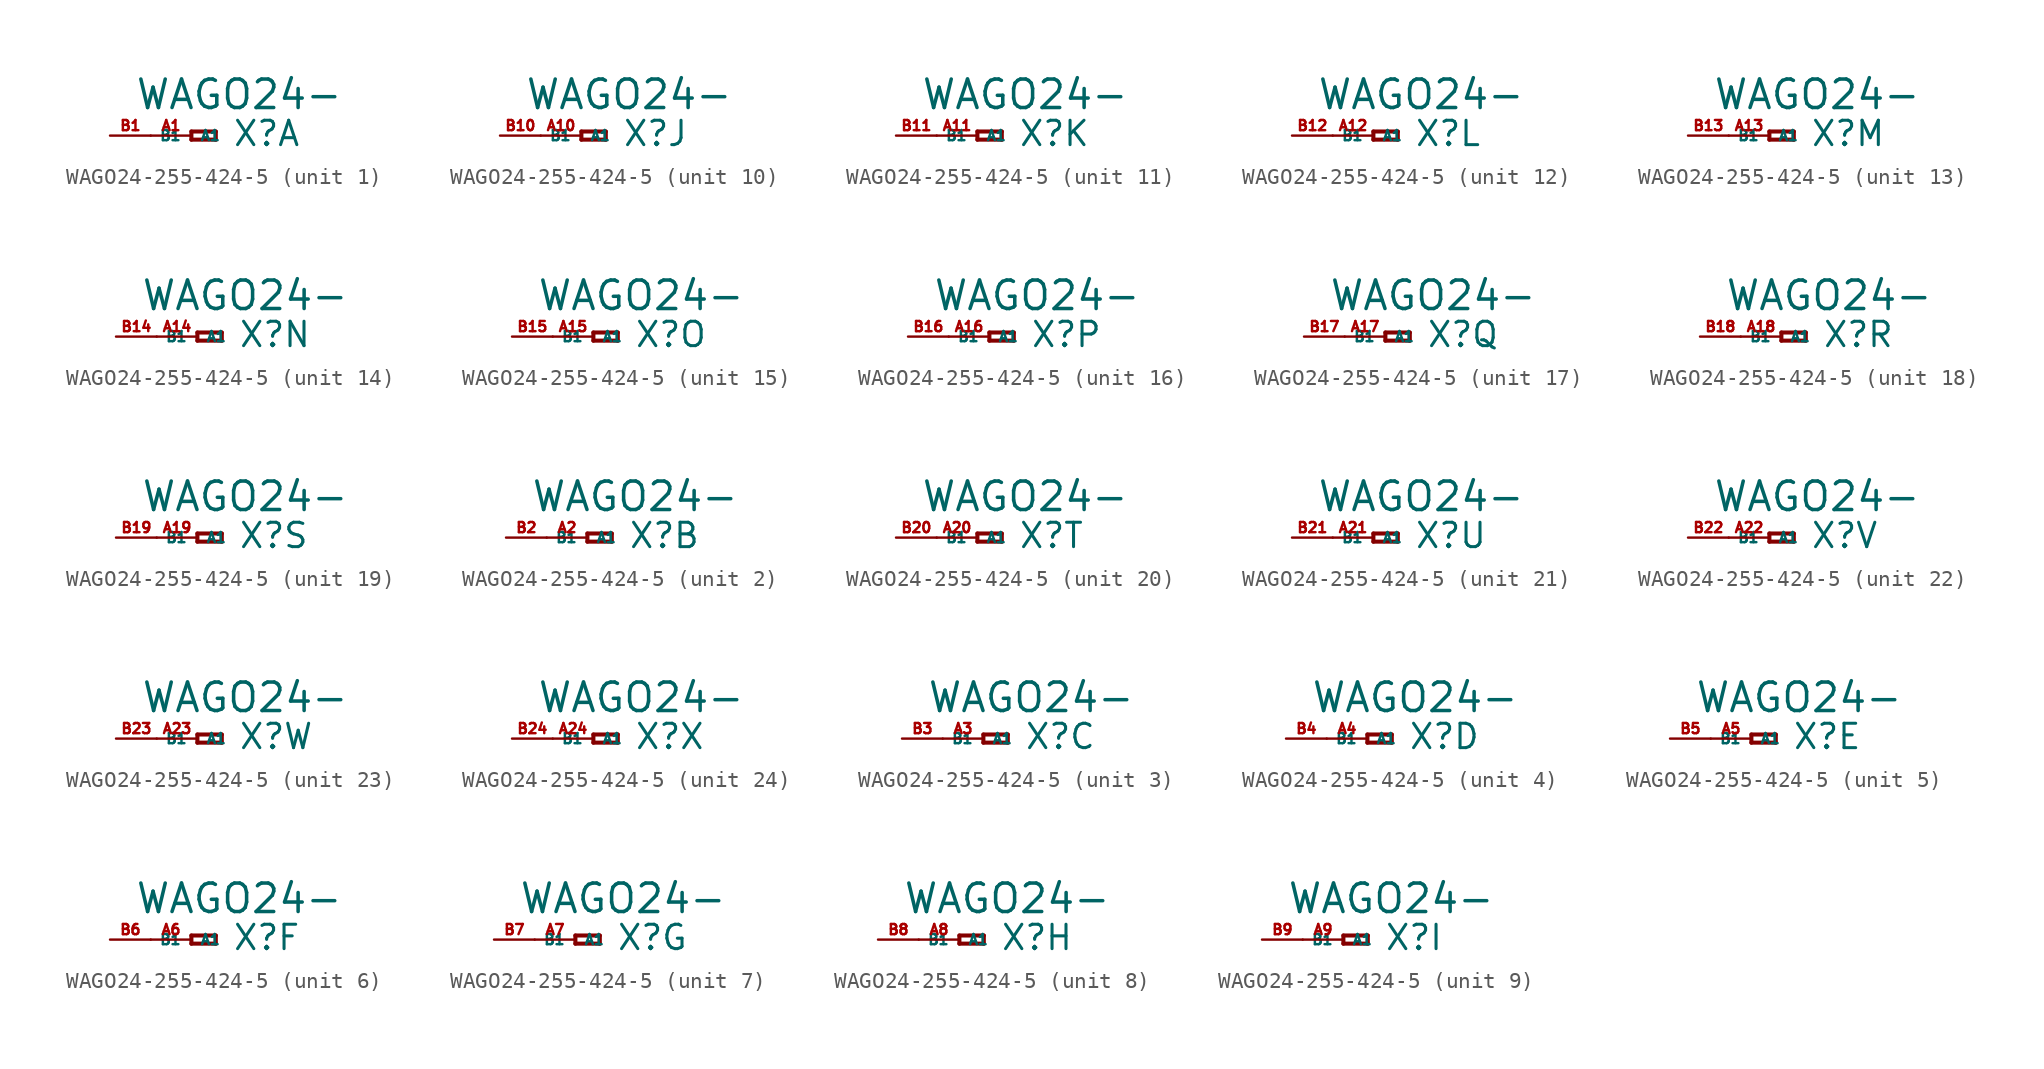
<source format=kicad_sym>
(kicad_symbol_lib
  (version 20220914)
  (generator Eagle2Kicad)
  (symbol "WAGO24-255-424-5"
    (property "Reference" "X"
      (at 2.54 -0.762 0)
      (effects (font (size 1.524 1.524) (thickness 0.19)) (justify left bottom)))
    (property "Value" "WAGO24-"
      (at -3.556 1.524 0)
      (effects (font (size 1.778 1.778) (thickness 0.22)) (justify left bottom)))
    (symbol "WAGO24-255-424-5_1_0"
      (polyline (pts (xy 0 0.254) (xy 0 -0.254)) (stroke (width 0.254) (type default)) (fill (type none)))
      (polyline (pts (xy 0 -0.254) (xy 1.524 -0.254)) (stroke (width 0.254) (type default)) (fill (type none)))
      (polyline (pts (xy 1.524 -0.254) (xy 1.524 0.254)) (stroke (width 0.254) (type default)) (fill (type none)))
      (polyline (pts (xy 1.524 0.254) (xy 0 0.254)) (stroke (width 0.254) (type default)) (fill (type none)))
      (pin passive line (at -2.54 0 0) (length 2.54) (name "A1" (effects (font (size 0.635 0.635) (thickness 0.08)) (justify left bottom))) (number "A1" (effects (font (size 0.635 0.635) (thickness 0.08)) (justify left bottom))))
      (pin passive line (at -5.08 0 0) (length 2.54) (name "B1" (effects (font (size 0.635 0.635) (thickness 0.08)) (justify left bottom))) (number "B1" (effects (font (size 0.635 0.635) (thickness 0.08)) (justify left bottom)))))
    (symbol "WAGO24-255-424-5_2_0"
      (polyline (pts (xy 0 0.254) (xy 0 -0.254)) (stroke (width 0.254) (type default)) (fill (type none)))
      (polyline (pts (xy 0 -0.254) (xy 1.524 -0.254)) (stroke (width 0.254) (type default)) (fill (type none)))
      (polyline (pts (xy 1.524 -0.254) (xy 1.524 0.254)) (stroke (width 0.254) (type default)) (fill (type none)))
      (polyline (pts (xy 1.524 0.254) (xy 0 0.254)) (stroke (width 0.254) (type default)) (fill (type none)))
      (pin passive line (at -2.54 0 0) (length 2.54) (name "A1" (effects (font (size 0.635 0.635) (thickness 0.08)) (justify left bottom))) (number "A2" (effects (font (size 0.635 0.635) (thickness 0.08)) (justify left bottom))))
      (pin passive line (at -5.08 0 0) (length 2.54) (name "B1" (effects (font (size 0.635 0.635) (thickness 0.08)) (justify left bottom))) (number "B2" (effects (font (size 0.635 0.635) (thickness 0.08)) (justify left bottom)))))
    (symbol "WAGO24-255-424-5_3_0"
      (polyline (pts (xy 0 0.254) (xy 0 -0.254)) (stroke (width 0.254) (type default)) (fill (type none)))
      (polyline (pts (xy 0 -0.254) (xy 1.524 -0.254)) (stroke (width 0.254) (type default)) (fill (type none)))
      (polyline (pts (xy 1.524 -0.254) (xy 1.524 0.254)) (stroke (width 0.254) (type default)) (fill (type none)))
      (polyline (pts (xy 1.524 0.254) (xy 0 0.254)) (stroke (width 0.254) (type default)) (fill (type none)))
      (pin passive line (at -2.54 0 0) (length 2.54) (name "A1" (effects (font (size 0.635 0.635) (thickness 0.08)) (justify left bottom))) (number "A3" (effects (font (size 0.635 0.635) (thickness 0.08)) (justify left bottom))))
      (pin passive line (at -5.08 0 0) (length 2.54) (name "B1" (effects (font (size 0.635 0.635) (thickness 0.08)) (justify left bottom))) (number "B3" (effects (font (size 0.635 0.635) (thickness 0.08)) (justify left bottom)))))
    (symbol "WAGO24-255-424-5_4_0"
      (polyline (pts (xy 0 0.254) (xy 0 -0.254)) (stroke (width 0.254) (type default)) (fill (type none)))
      (polyline (pts (xy 0 -0.254) (xy 1.524 -0.254)) (stroke (width 0.254) (type default)) (fill (type none)))
      (polyline (pts (xy 1.524 -0.254) (xy 1.524 0.254)) (stroke (width 0.254) (type default)) (fill (type none)))
      (polyline (pts (xy 1.524 0.254) (xy 0 0.254)) (stroke (width 0.254) (type default)) (fill (type none)))
      (pin passive line (at -2.54 0 0) (length 2.54) (name "A1" (effects (font (size 0.635 0.635) (thickness 0.08)) (justify left bottom))) (number "A4" (effects (font (size 0.635 0.635) (thickness 0.08)) (justify left bottom))))
      (pin passive line (at -5.08 0 0) (length 2.54) (name "B1" (effects (font (size 0.635 0.635) (thickness 0.08)) (justify left bottom))) (number "B4" (effects (font (size 0.635 0.635) (thickness 0.08)) (justify left bottom)))))
    (symbol "WAGO24-255-424-5_5_0"
      (polyline (pts (xy 0 0.254) (xy 0 -0.254)) (stroke (width 0.254) (type default)) (fill (type none)))
      (polyline (pts (xy 0 -0.254) (xy 1.524 -0.254)) (stroke (width 0.254) (type default)) (fill (type none)))
      (polyline (pts (xy 1.524 -0.254) (xy 1.524 0.254)) (stroke (width 0.254) (type default)) (fill (type none)))
      (polyline (pts (xy 1.524 0.254) (xy 0 0.254)) (stroke (width 0.254) (type default)) (fill (type none)))
      (pin passive line (at -2.54 0 0) (length 2.54) (name "A1" (effects (font (size 0.635 0.635) (thickness 0.08)) (justify left bottom))) (number "A5" (effects (font (size 0.635 0.635) (thickness 0.08)) (justify left bottom))))
      (pin passive line (at -5.08 0 0) (length 2.54) (name "B1" (effects (font (size 0.635 0.635) (thickness 0.08)) (justify left bottom))) (number "B5" (effects (font (size 0.635 0.635) (thickness 0.08)) (justify left bottom)))))
    (symbol "WAGO24-255-424-5_6_0"
      (polyline (pts (xy 0 0.254) (xy 0 -0.254)) (stroke (width 0.254) (type default)) (fill (type none)))
      (polyline (pts (xy 0 -0.254) (xy 1.524 -0.254)) (stroke (width 0.254) (type default)) (fill (type none)))
      (polyline (pts (xy 1.524 -0.254) (xy 1.524 0.254)) (stroke (width 0.254) (type default)) (fill (type none)))
      (polyline (pts (xy 1.524 0.254) (xy 0 0.254)) (stroke (width 0.254) (type default)) (fill (type none)))
      (pin passive line (at -2.54 0 0) (length 2.54) (name "A1" (effects (font (size 0.635 0.635) (thickness 0.08)) (justify left bottom))) (number "A6" (effects (font (size 0.635 0.635) (thickness 0.08)) (justify left bottom))))
      (pin passive line (at -5.08 0 0) (length 2.54) (name "B1" (effects (font (size 0.635 0.635) (thickness 0.08)) (justify left bottom))) (number "B6" (effects (font (size 0.635 0.635) (thickness 0.08)) (justify left bottom)))))
    (symbol "WAGO24-255-424-5_7_0"
      (polyline (pts (xy 0 0.254) (xy 0 -0.254)) (stroke (width 0.254) (type default)) (fill (type none)))
      (polyline (pts (xy 0 -0.254) (xy 1.524 -0.254)) (stroke (width 0.254) (type default)) (fill (type none)))
      (polyline (pts (xy 1.524 -0.254) (xy 1.524 0.254)) (stroke (width 0.254) (type default)) (fill (type none)))
      (polyline (pts (xy 1.524 0.254) (xy 0 0.254)) (stroke (width 0.254) (type default)) (fill (type none)))
      (pin passive line (at -2.54 0 0) (length 2.54) (name "A1" (effects (font (size 0.635 0.635) (thickness 0.08)) (justify left bottom))) (number "A7" (effects (font (size 0.635 0.635) (thickness 0.08)) (justify left bottom))))
      (pin passive line (at -5.08 0 0) (length 2.54) (name "B1" (effects (font (size 0.635 0.635) (thickness 0.08)) (justify left bottom))) (number "B7" (effects (font (size 0.635 0.635) (thickness 0.08)) (justify left bottom)))))
    (symbol "WAGO24-255-424-5_8_0"
      (polyline (pts (xy 0 0.254) (xy 0 -0.254)) (stroke (width 0.254) (type default)) (fill (type none)))
      (polyline (pts (xy 0 -0.254) (xy 1.524 -0.254)) (stroke (width 0.254) (type default)) (fill (type none)))
      (polyline (pts (xy 1.524 -0.254) (xy 1.524 0.254)) (stroke (width 0.254) (type default)) (fill (type none)))
      (polyline (pts (xy 1.524 0.254) (xy 0 0.254)) (stroke (width 0.254) (type default)) (fill (type none)))
      (pin passive line (at -2.54 0 0) (length 2.54) (name "A1" (effects (font (size 0.635 0.635) (thickness 0.08)) (justify left bottom))) (number "A8" (effects (font (size 0.635 0.635) (thickness 0.08)) (justify left bottom))))
      (pin passive line (at -5.08 0 0) (length 2.54) (name "B1" (effects (font (size 0.635 0.635) (thickness 0.08)) (justify left bottom))) (number "B8" (effects (font (size 0.635 0.635) (thickness 0.08)) (justify left bottom)))))
    (symbol "WAGO24-255-424-5_9_0"
      (polyline (pts (xy 0 0.254) (xy 0 -0.254)) (stroke (width 0.254) (type default)) (fill (type none)))
      (polyline (pts (xy 0 -0.254) (xy 1.524 -0.254)) (stroke (width 0.254) (type default)) (fill (type none)))
      (polyline (pts (xy 1.524 -0.254) (xy 1.524 0.254)) (stroke (width 0.254) (type default)) (fill (type none)))
      (polyline (pts (xy 1.524 0.254) (xy 0 0.254)) (stroke (width 0.254) (type default)) (fill (type none)))
      (pin passive line (at -2.54 0 0) (length 2.54) (name "A1" (effects (font (size 0.635 0.635) (thickness 0.08)) (justify left bottom))) (number "A9" (effects (font (size 0.635 0.635) (thickness 0.08)) (justify left bottom))))
      (pin passive line (at -5.08 0 0) (length 2.54) (name "B1" (effects (font (size 0.635 0.635) (thickness 0.08)) (justify left bottom))) (number "B9" (effects (font (size 0.635 0.635) (thickness 0.08)) (justify left bottom)))))
    (symbol "WAGO24-255-424-5_10_0"
      (polyline (pts (xy 0 0.254) (xy 0 -0.254)) (stroke (width 0.254) (type default)) (fill (type none)))
      (polyline (pts (xy 0 -0.254) (xy 1.524 -0.254)) (stroke (width 0.254) (type default)) (fill (type none)))
      (polyline (pts (xy 1.524 -0.254) (xy 1.524 0.254)) (stroke (width 0.254) (type default)) (fill (type none)))
      (polyline (pts (xy 1.524 0.254) (xy 0 0.254)) (stroke (width 0.254) (type default)) (fill (type none)))
      (pin passive line (at -2.54 0 0) (length 2.54) (name "A1" (effects (font (size 0.635 0.635) (thickness 0.08)) (justify left bottom))) (number "A10" (effects (font (size 0.635 0.635) (thickness 0.08)) (justify left bottom))))
      (pin passive line (at -5.08 0 0) (length 2.54) (name "B1" (effects (font (size 0.635 0.635) (thickness 0.08)) (justify left bottom))) (number "B10" (effects (font (size 0.635 0.635) (thickness 0.08)) (justify left bottom)))))
    (symbol "WAGO24-255-424-5_11_0"
      (polyline (pts (xy 0 0.254) (xy 0 -0.254)) (stroke (width 0.254) (type default)) (fill (type none)))
      (polyline (pts (xy 0 -0.254) (xy 1.524 -0.254)) (stroke (width 0.254) (type default)) (fill (type none)))
      (polyline (pts (xy 1.524 -0.254) (xy 1.524 0.254)) (stroke (width 0.254) (type default)) (fill (type none)))
      (polyline (pts (xy 1.524 0.254) (xy 0 0.254)) (stroke (width 0.254) (type default)) (fill (type none)))
      (pin passive line (at -2.54 0 0) (length 2.54) (name "A1" (effects (font (size 0.635 0.635) (thickness 0.08)) (justify left bottom))) (number "A11" (effects (font (size 0.635 0.635) (thickness 0.08)) (justify left bottom))))
      (pin passive line (at -5.08 0 0) (length 2.54) (name "B1" (effects (font (size 0.635 0.635) (thickness 0.08)) (justify left bottom))) (number "B11" (effects (font (size 0.635 0.635) (thickness 0.08)) (justify left bottom)))))
    (symbol "WAGO24-255-424-5_12_0"
      (polyline (pts (xy 0 0.254) (xy 0 -0.254)) (stroke (width 0.254) (type default)) (fill (type none)))
      (polyline (pts (xy 0 -0.254) (xy 1.524 -0.254)) (stroke (width 0.254) (type default)) (fill (type none)))
      (polyline (pts (xy 1.524 -0.254) (xy 1.524 0.254)) (stroke (width 0.254) (type default)) (fill (type none)))
      (polyline (pts (xy 1.524 0.254) (xy 0 0.254)) (stroke (width 0.254) (type default)) (fill (type none)))
      (pin passive line (at -2.54 0 0) (length 2.54) (name "A1" (effects (font (size 0.635 0.635) (thickness 0.08)) (justify left bottom))) (number "A12" (effects (font (size 0.635 0.635) (thickness 0.08)) (justify left bottom))))
      (pin passive line (at -5.08 0 0) (length 2.54) (name "B1" (effects (font (size 0.635 0.635) (thickness 0.08)) (justify left bottom))) (number "B12" (effects (font (size 0.635 0.635) (thickness 0.08)) (justify left bottom)))))
    (symbol "WAGO24-255-424-5_13_0"
      (polyline (pts (xy 0 0.254) (xy 0 -0.254)) (stroke (width 0.254) (type default)) (fill (type none)))
      (polyline (pts (xy 0 -0.254) (xy 1.524 -0.254)) (stroke (width 0.254) (type default)) (fill (type none)))
      (polyline (pts (xy 1.524 -0.254) (xy 1.524 0.254)) (stroke (width 0.254) (type default)) (fill (type none)))
      (polyline (pts (xy 1.524 0.254) (xy 0 0.254)) (stroke (width 0.254) (type default)) (fill (type none)))
      (pin passive line (at -2.54 0 0) (length 2.54) (name "A1" (effects (font (size 0.635 0.635) (thickness 0.08)) (justify left bottom))) (number "A13" (effects (font (size 0.635 0.635) (thickness 0.08)) (justify left bottom))))
      (pin passive line (at -5.08 0 0) (length 2.54) (name "B1" (effects (font (size 0.635 0.635) (thickness 0.08)) (justify left bottom))) (number "B13" (effects (font (size 0.635 0.635) (thickness 0.08)) (justify left bottom)))))
    (symbol "WAGO24-255-424-5_14_0"
      (polyline (pts (xy 0 0.254) (xy 0 -0.254)) (stroke (width 0.254) (type default)) (fill (type none)))
      (polyline (pts (xy 0 -0.254) (xy 1.524 -0.254)) (stroke (width 0.254) (type default)) (fill (type none)))
      (polyline (pts (xy 1.524 -0.254) (xy 1.524 0.254)) (stroke (width 0.254) (type default)) (fill (type none)))
      (polyline (pts (xy 1.524 0.254) (xy 0 0.254)) (stroke (width 0.254) (type default)) (fill (type none)))
      (pin passive line (at -2.54 0 0) (length 2.54) (name "A1" (effects (font (size 0.635 0.635) (thickness 0.08)) (justify left bottom))) (number "A14" (effects (font (size 0.635 0.635) (thickness 0.08)) (justify left bottom))))
      (pin passive line (at -5.08 0 0) (length 2.54) (name "B1" (effects (font (size 0.635 0.635) (thickness 0.08)) (justify left bottom))) (number "B14" (effects (font (size 0.635 0.635) (thickness 0.08)) (justify left bottom)))))
    (symbol "WAGO24-255-424-5_15_0"
      (polyline (pts (xy 0 0.254) (xy 0 -0.254)) (stroke (width 0.254) (type default)) (fill (type none)))
      (polyline (pts (xy 0 -0.254) (xy 1.524 -0.254)) (stroke (width 0.254) (type default)) (fill (type none)))
      (polyline (pts (xy 1.524 -0.254) (xy 1.524 0.254)) (stroke (width 0.254) (type default)) (fill (type none)))
      (polyline (pts (xy 1.524 0.254) (xy 0 0.254)) (stroke (width 0.254) (type default)) (fill (type none)))
      (pin passive line (at -2.54 0 0) (length 2.54) (name "A1" (effects (font (size 0.635 0.635) (thickness 0.08)) (justify left bottom))) (number "A15" (effects (font (size 0.635 0.635) (thickness 0.08)) (justify left bottom))))
      (pin passive line (at -5.08 0 0) (length 2.54) (name "B1" (effects (font (size 0.635 0.635) (thickness 0.08)) (justify left bottom))) (number "B15" (effects (font (size 0.635 0.635) (thickness 0.08)) (justify left bottom)))))
    (symbol "WAGO24-255-424-5_16_0"
      (polyline (pts (xy 0 0.254) (xy 0 -0.254)) (stroke (width 0.254) (type default)) (fill (type none)))
      (polyline (pts (xy 0 -0.254) (xy 1.524 -0.254)) (stroke (width 0.254) (type default)) (fill (type none)))
      (polyline (pts (xy 1.524 -0.254) (xy 1.524 0.254)) (stroke (width 0.254) (type default)) (fill (type none)))
      (polyline (pts (xy 1.524 0.254) (xy 0 0.254)) (stroke (width 0.254) (type default)) (fill (type none)))
      (pin passive line (at -2.54 0 0) (length 2.54) (name "A1" (effects (font (size 0.635 0.635) (thickness 0.08)) (justify left bottom))) (number "A16" (effects (font (size 0.635 0.635) (thickness 0.08)) (justify left bottom))))
      (pin passive line (at -5.08 0 0) (length 2.54) (name "B1" (effects (font (size 0.635 0.635) (thickness 0.08)) (justify left bottom))) (number "B16" (effects (font (size 0.635 0.635) (thickness 0.08)) (justify left bottom)))))
    (symbol "WAGO24-255-424-5_17_0"
      (polyline (pts (xy 0 0.254) (xy 0 -0.254)) (stroke (width 0.254) (type default)) (fill (type none)))
      (polyline (pts (xy 0 -0.254) (xy 1.524 -0.254)) (stroke (width 0.254) (type default)) (fill (type none)))
      (polyline (pts (xy 1.524 -0.254) (xy 1.524 0.254)) (stroke (width 0.254) (type default)) (fill (type none)))
      (polyline (pts (xy 1.524 0.254) (xy 0 0.254)) (stroke (width 0.254) (type default)) (fill (type none)))
      (pin passive line (at -2.54 0 0) (length 2.54) (name "A1" (effects (font (size 0.635 0.635) (thickness 0.08)) (justify left bottom))) (number "A17" (effects (font (size 0.635 0.635) (thickness 0.08)) (justify left bottom))))
      (pin passive line (at -5.08 0 0) (length 2.54) (name "B1" (effects (font (size 0.635 0.635) (thickness 0.08)) (justify left bottom))) (number "B17" (effects (font (size 0.635 0.635) (thickness 0.08)) (justify left bottom)))))
    (symbol "WAGO24-255-424-5_18_0"
      (polyline (pts (xy 0 0.254) (xy 0 -0.254)) (stroke (width 0.254) (type default)) (fill (type none)))
      (polyline (pts (xy 0 -0.254) (xy 1.524 -0.254)) (stroke (width 0.254) (type default)) (fill (type none)))
      (polyline (pts (xy 1.524 -0.254) (xy 1.524 0.254)) (stroke (width 0.254) (type default)) (fill (type none)))
      (polyline (pts (xy 1.524 0.254) (xy 0 0.254)) (stroke (width 0.254) (type default)) (fill (type none)))
      (pin passive line (at -2.54 0 0) (length 2.54) (name "A1" (effects (font (size 0.635 0.635) (thickness 0.08)) (justify left bottom))) (number "A18" (effects (font (size 0.635 0.635) (thickness 0.08)) (justify left bottom))))
      (pin passive line (at -5.08 0 0) (length 2.54) (name "B1" (effects (font (size 0.635 0.635) (thickness 0.08)) (justify left bottom))) (number "B18" (effects (font (size 0.635 0.635) (thickness 0.08)) (justify left bottom)))))
    (symbol "WAGO24-255-424-5_19_0"
      (polyline (pts (xy 0 0.254) (xy 0 -0.254)) (stroke (width 0.254) (type default)) (fill (type none)))
      (polyline (pts (xy 0 -0.254) (xy 1.524 -0.254)) (stroke (width 0.254) (type default)) (fill (type none)))
      (polyline (pts (xy 1.524 -0.254) (xy 1.524 0.254)) (stroke (width 0.254) (type default)) (fill (type none)))
      (polyline (pts (xy 1.524 0.254) (xy 0 0.254)) (stroke (width 0.254) (type default)) (fill (type none)))
      (pin passive line (at -2.54 0 0) (length 2.54) (name "A1" (effects (font (size 0.635 0.635) (thickness 0.08)) (justify left bottom))) (number "A19" (effects (font (size 0.635 0.635) (thickness 0.08)) (justify left bottom))))
      (pin passive line (at -5.08 0 0) (length 2.54) (name "B1" (effects (font (size 0.635 0.635) (thickness 0.08)) (justify left bottom))) (number "B19" (effects (font (size 0.635 0.635) (thickness 0.08)) (justify left bottom)))))
    (symbol "WAGO24-255-424-5_20_0"
      (polyline (pts (xy 0 0.254) (xy 0 -0.254)) (stroke (width 0.254) (type default)) (fill (type none)))
      (polyline (pts (xy 0 -0.254) (xy 1.524 -0.254)) (stroke (width 0.254) (type default)) (fill (type none)))
      (polyline (pts (xy 1.524 -0.254) (xy 1.524 0.254)) (stroke (width 0.254) (type default)) (fill (type none)))
      (polyline (pts (xy 1.524 0.254) (xy 0 0.254)) (stroke (width 0.254) (type default)) (fill (type none)))
      (pin passive line (at -2.54 0 0) (length 2.54) (name "A1" (effects (font (size 0.635 0.635) (thickness 0.08)) (justify left bottom))) (number "A20" (effects (font (size 0.635 0.635) (thickness 0.08)) (justify left bottom))))
      (pin passive line (at -5.08 0 0) (length 2.54) (name "B1" (effects (font (size 0.635 0.635) (thickness 0.08)) (justify left bottom))) (number "B20" (effects (font (size 0.635 0.635) (thickness 0.08)) (justify left bottom)))))
    (symbol "WAGO24-255-424-5_21_0"
      (polyline (pts (xy 0 0.254) (xy 0 -0.254)) (stroke (width 0.254) (type default)) (fill (type none)))
      (polyline (pts (xy 0 -0.254) (xy 1.524 -0.254)) (stroke (width 0.254) (type default)) (fill (type none)))
      (polyline (pts (xy 1.524 -0.254) (xy 1.524 0.254)) (stroke (width 0.254) (type default)) (fill (type none)))
      (polyline (pts (xy 1.524 0.254) (xy 0 0.254)) (stroke (width 0.254) (type default)) (fill (type none)))
      (pin passive line (at -2.54 0 0) (length 2.54) (name "A1" (effects (font (size 0.635 0.635) (thickness 0.08)) (justify left bottom))) (number "A21" (effects (font (size 0.635 0.635) (thickness 0.08)) (justify left bottom))))
      (pin passive line (at -5.08 0 0) (length 2.54) (name "B1" (effects (font (size 0.635 0.635) (thickness 0.08)) (justify left bottom))) (number "B21" (effects (font (size 0.635 0.635) (thickness 0.08)) (justify left bottom)))))
    (symbol "WAGO24-255-424-5_22_0"
      (polyline (pts (xy 0 0.254) (xy 0 -0.254)) (stroke (width 0.254) (type default)) (fill (type none)))
      (polyline (pts (xy 0 -0.254) (xy 1.524 -0.254)) (stroke (width 0.254) (type default)) (fill (type none)))
      (polyline (pts (xy 1.524 -0.254) (xy 1.524 0.254)) (stroke (width 0.254) (type default)) (fill (type none)))
      (polyline (pts (xy 1.524 0.254) (xy 0 0.254)) (stroke (width 0.254) (type default)) (fill (type none)))
      (pin passive line (at -2.54 0 0) (length 2.54) (name "A1" (effects (font (size 0.635 0.635) (thickness 0.08)) (justify left bottom))) (number "A22" (effects (font (size 0.635 0.635) (thickness 0.08)) (justify left bottom))))
      (pin passive line (at -5.08 0 0) (length 2.54) (name "B1" (effects (font (size 0.635 0.635) (thickness 0.08)) (justify left bottom))) (number "B22" (effects (font (size 0.635 0.635) (thickness 0.08)) (justify left bottom)))))
    (symbol "WAGO24-255-424-5_23_0"
      (polyline (pts (xy 0 0.254) (xy 0 -0.254)) (stroke (width 0.254) (type default)) (fill (type none)))
      (polyline (pts (xy 0 -0.254) (xy 1.524 -0.254)) (stroke (width 0.254) (type default)) (fill (type none)))
      (polyline (pts (xy 1.524 -0.254) (xy 1.524 0.254)) (stroke (width 0.254) (type default)) (fill (type none)))
      (polyline (pts (xy 1.524 0.254) (xy 0 0.254)) (stroke (width 0.254) (type default)) (fill (type none)))
      (pin passive line (at -2.54 0 0) (length 2.54) (name "A1" (effects (font (size 0.635 0.635) (thickness 0.08)) (justify left bottom))) (number "A23" (effects (font (size 0.635 0.635) (thickness 0.08)) (justify left bottom))))
      (pin passive line (at -5.08 0 0) (length 2.54) (name "B1" (effects (font (size 0.635 0.635) (thickness 0.08)) (justify left bottom))) (number "B23" (effects (font (size 0.635 0.635) (thickness 0.08)) (justify left bottom)))))
    (symbol "WAGO24-255-424-5_24_0"
      (polyline (pts (xy 0 0.254) (xy 0 -0.254)) (stroke (width 0.254) (type default)) (fill (type none)))
      (polyline (pts (xy 0 -0.254) (xy 1.524 -0.254)) (stroke (width 0.254) (type default)) (fill (type none)))
      (polyline (pts (xy 1.524 -0.254) (xy 1.524 0.254)) (stroke (width 0.254) (type default)) (fill (type none)))
      (polyline (pts (xy 1.524 0.254) (xy 0 0.254)) (stroke (width 0.254) (type default)) (fill (type none)))
      (pin passive line (at -2.54 0 0) (length 2.54) (name "A1" (effects (font (size 0.635 0.635) (thickness 0.08)) (justify left bottom))) (number "A24" (effects (font (size 0.635 0.635) (thickness 0.08)) (justify left bottom))))
      (pin passive line (at -5.08 0 0) (length 2.54) (name "B1" (effects (font (size 0.635 0.635) (thickness 0.08)) (justify left bottom))) (number "B24" (effects (font (size 0.635 0.635) (thickness 0.08)) (justify left bottom)))))))
</source>
